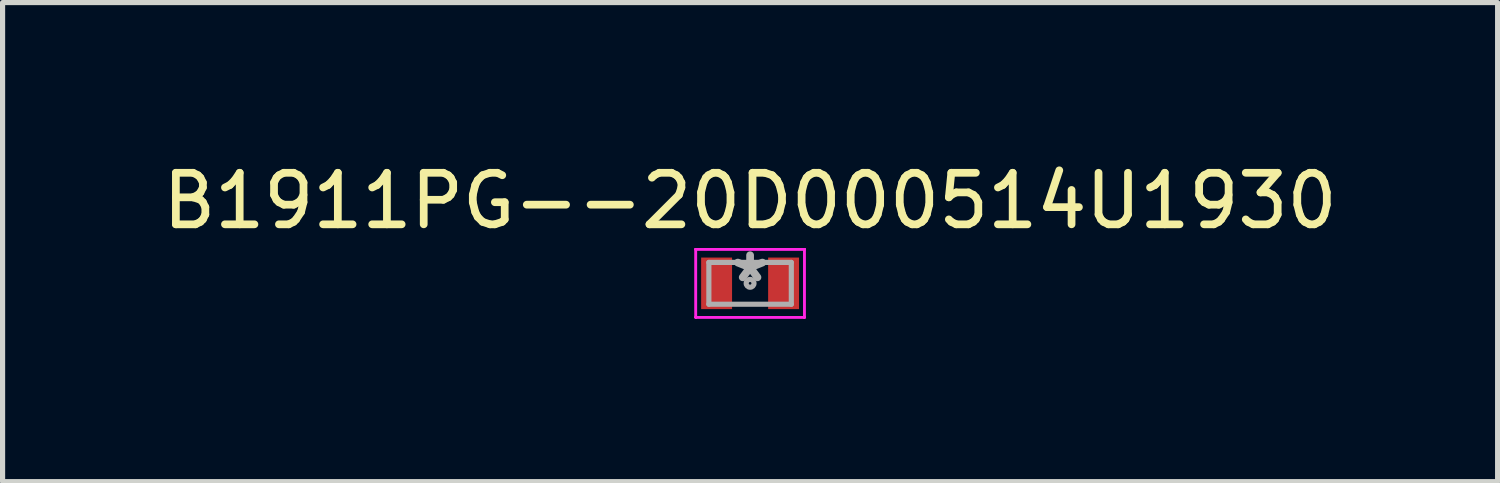
<source format=kicad_pcb>
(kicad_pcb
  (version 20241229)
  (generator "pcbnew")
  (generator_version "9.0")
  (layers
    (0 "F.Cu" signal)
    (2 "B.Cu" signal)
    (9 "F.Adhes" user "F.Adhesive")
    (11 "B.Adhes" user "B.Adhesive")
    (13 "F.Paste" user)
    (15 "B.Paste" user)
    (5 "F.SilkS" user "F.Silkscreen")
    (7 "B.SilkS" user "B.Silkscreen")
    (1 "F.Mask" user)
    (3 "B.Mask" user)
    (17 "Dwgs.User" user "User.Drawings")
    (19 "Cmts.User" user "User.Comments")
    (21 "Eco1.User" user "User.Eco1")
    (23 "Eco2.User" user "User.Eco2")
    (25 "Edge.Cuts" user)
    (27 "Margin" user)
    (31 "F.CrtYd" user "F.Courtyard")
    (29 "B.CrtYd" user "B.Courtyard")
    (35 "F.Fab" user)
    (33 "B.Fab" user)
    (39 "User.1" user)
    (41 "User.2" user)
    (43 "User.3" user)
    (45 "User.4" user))
  (footprint "B1911PG--20D000514U1930"
    (layer "F.Cu")
    (at 11.506 2.448)
    (property "Reference" "B1911PG--20D000514U1930" (at 0 -1.6 0) (layer "F.SilkS") (effects (font (size 1 1) (thickness 0.15))))
    (attr through_hole)
    (fp_line (start -1.054 -0.66) (end -1.054 -0.66) (stroke (width 0.05) (type solid)) (layer "F.CrtYd"))
    (fp_line (start -1.054 -0.66) (end -1.054 -0.66) (stroke (width 0.05) (type solid)) (layer "F.CrtYd"))
    (fp_line (start -1.054 -0.66) (end -1.054 -0.66) (stroke (width 0.05) (type solid)) (layer "F.CrtYd"))
    (fp_line (start -1.054 -0.66) (end -1.054 -0.66) (stroke (width 0.05) (type solid)) (layer "F.CrtYd"))
    (fp_line (start -1.054 -0.66) (end 1.054 -0.66) (stroke (width 0.05) (type solid)) (layer "F.CrtYd"))
    (fp_line (start -1.054 -0.66) (end 1.054 -0.66) (stroke (width 0.05) (type solid)) (layer "F.CrtYd"))
    (fp_line (start -1.054 0.66) (end -1.054 -0.66) (stroke (width 0.05) (type solid)) (layer "F.CrtYd"))
    (fp_line (start -1.054 0.66) (end -1.054 -0.66) (stroke (width 0.05) (type solid)) (layer "F.CrtYd"))
    (fp_line (start -1.054 0.66) (end -1.054 0.66) (stroke (width 0.05) (type solid)) (layer "F.CrtYd"))
    (fp_line (start -1.054 0.66) (end -1.054 0.66) (stroke (width 0.05) (type solid)) (layer "F.CrtYd"))
    (fp_line (start -1.054 0.66) (end -1.054 0.66) (stroke (width 0.05) (type solid)) (layer "F.CrtYd"))
    (fp_line (start -1.054 0.66) (end -1.054 0.66) (stroke (width 0.05) (type solid)) (layer "F.CrtYd"))
    (fp_line (start 1.054 -0.66) (end 1.054 -0.66) (stroke (width 0.05) (type solid)) (layer "F.CrtYd"))
    (fp_line (start 1.054 -0.66) (end 1.054 -0.66) (stroke (width 0.05) (type solid)) (layer "F.CrtYd"))
    (fp_line (start 1.054 -0.66) (end 1.054 -0.66) (stroke (width 0.05) (type solid)) (layer "F.CrtYd"))
    (fp_line (start 1.054 -0.66) (end 1.054 -0.66) (stroke (width 0.05) (type solid)) (layer "F.CrtYd"))
    (fp_line (start 1.054 -0.66) (end 1.054 0.66) (stroke (width 0.05) (type solid)) (layer "F.CrtYd"))
    (fp_line (start 1.054 -0.66) (end 1.054 0.66) (stroke (width 0.05) (type solid)) (layer "F.CrtYd"))
    (fp_line (start 1.054 0.66) (end -1.054 0.66) (stroke (width 0.05) (type solid)) (layer "F.CrtYd"))
    (fp_line (start 1.054 0.66) (end -1.054 0.66) (stroke (width 0.05) (type solid)) (layer "F.CrtYd"))
    (fp_line (start 1.054 0.66) (end 1.054 0.66) (stroke (width 0.05) (type solid)) (layer "F.CrtYd"))
    (fp_line (start 1.054 0.66) (end 1.054 0.66) (stroke (width 0.05) (type solid)) (layer "F.CrtYd"))
    (fp_line (start 1.054 0.66) (end 1.054 0.66) (stroke (width 0.05) (type solid)) (layer "F.CrtYd"))
    (fp_line (start 1.054 0.66) (end 1.054 0.66) (stroke (width 0.05) (type solid)) (layer "F.CrtYd"))
    (fp_line (start -0.8 -0.406) (end -0.8 0.406) (stroke (width 0.1) (type solid)) (layer "F.Fab"))
    (fp_line (start -0.8 0.406) (end 0.8 0.406) (stroke (width 0.1) (type solid)) (layer "F.Fab"))
    (fp_line (start 0.8 -0.406) (end -0.8 -0.406) (stroke (width 0.1) (type solid)) (layer "F.Fab"))
    (fp_line (start 0.8 0.406) (end 0.8 -0.406) (stroke (width 0.1) (type solid)) (layer "F.Fab"))
    (fp_circle (center 0 0) (end 0.076 0) (stroke (width 0.1) (type solid)) (fill no) (layer "F.Fab"))
    (fp_text user "*" (at 0 0 0) (layer "F.Fab") (effects (font (size 1 1) (thickness 0.15))))
    (pad "1" smd rect (at -0.65 0) (size 0.6 1) (layers "F.Cu" "F.Mask" "F.Paste" "Eco1.User"))
    (pad "2" smd rect (at 0.65 0) (size 0.6 1) (layers "F.Cu" "F.Mask" "F.Paste" "Eco1.User")))
  (gr_rect
    (start -3 -3)
    (end 26.012 6.296)
    (stroke (width 0.1) (type default))
    (fill no)
    (layer "Edge.Cuts")))
</source>
